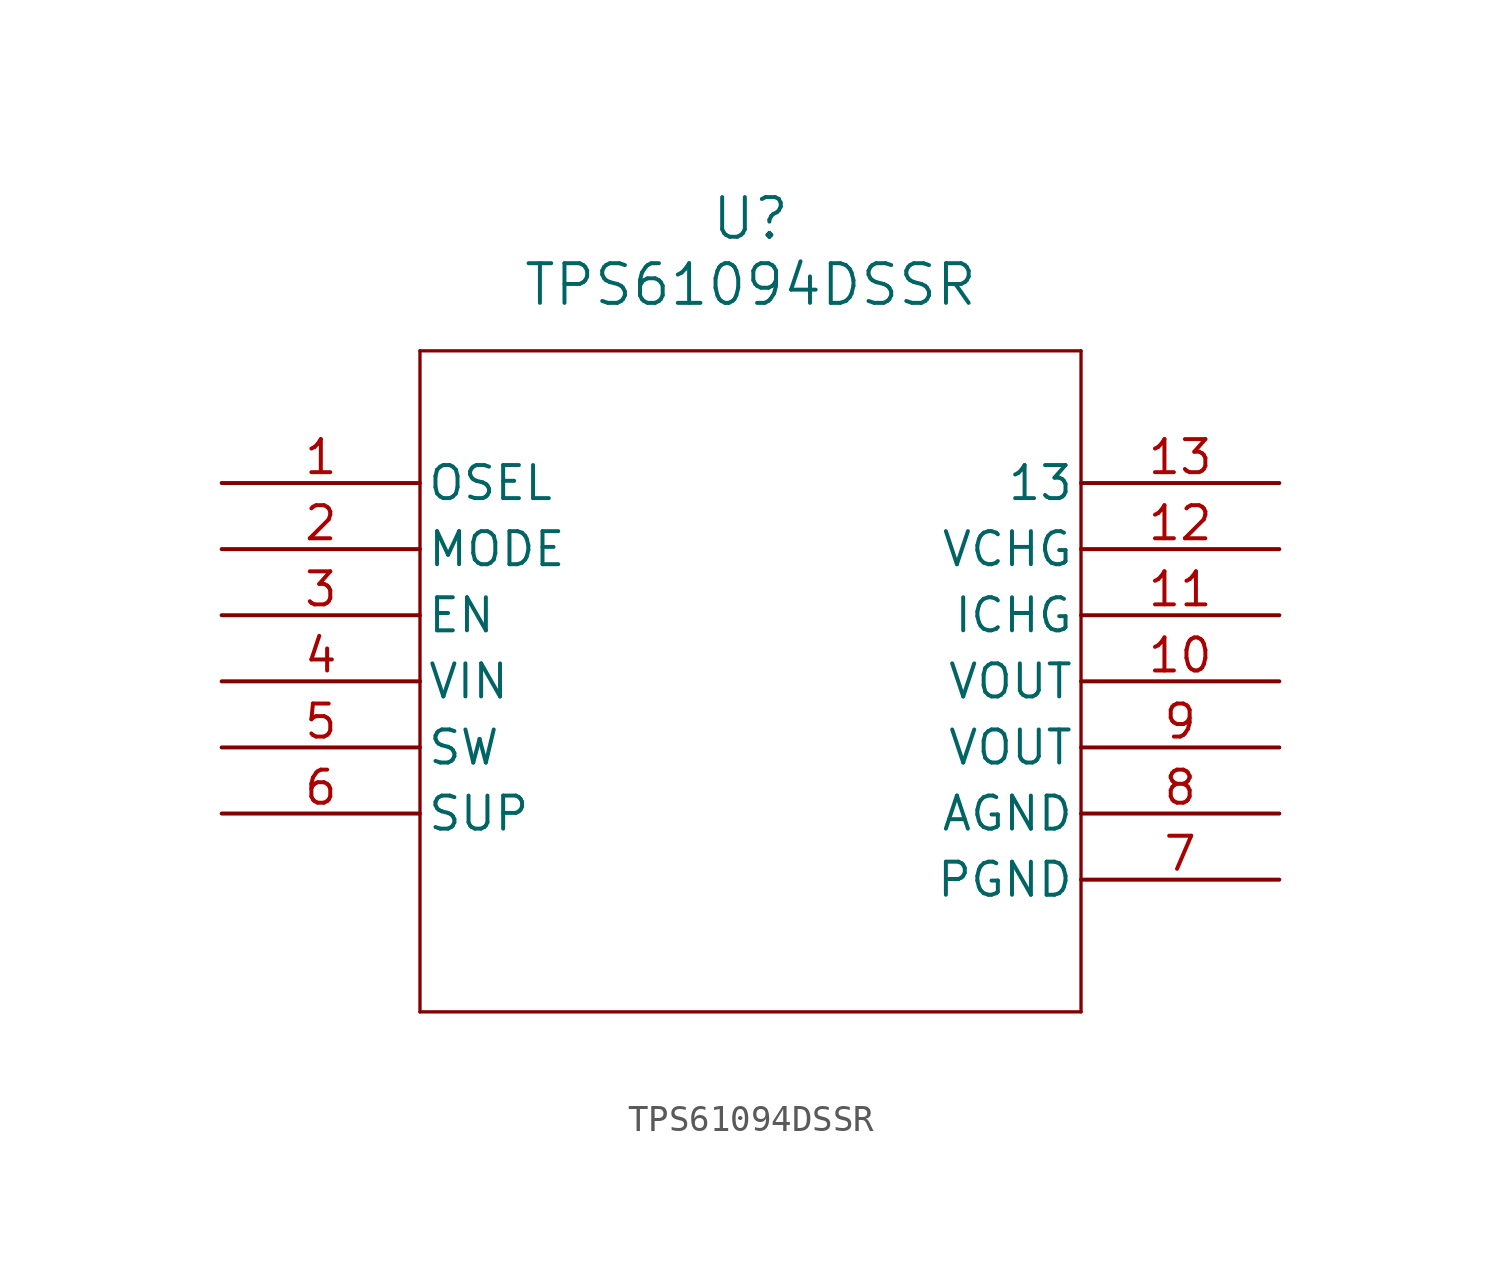
<source format=kicad_sym>
(kicad_symbol_lib
  (version 20211014)
  (generator kicad_symbol_editor)
  (symbol "TPS61094DSSR"
    (pin_names
      (offset 0.254))
    (property "Reference" "U"
      (at 20.32 10.16 0)
      (effects (font (size 1.524 1.524))))
    (property "Value" "TPS61094DSSR"
      (at 20.32 7.62 0)
      (effects (font (size 1.524 1.524))))
    (symbol "TPS61094DSSR_0_1"
      (polyline (pts (xy 7.62 5.08) (xy 7.62 -20.32)) (stroke (width 0.127) (type default) (color 0 0 0 0)) (fill (type none)))
      (polyline (pts (xy 7.62 -20.32) (xy 33.02 -20.32)) (stroke (width 0.127) (type default) (color 0 0 0 0)) (fill (type none)))
      (polyline (pts (xy 33.02 -20.32) (xy 33.02 5.08)) (stroke (width 0.127) (type default) (color 0 0 0 0)) (fill (type none)))
      (polyline (pts (xy 33.02 5.08) (xy 7.62 5.08)) (stroke (width 0.127) (type default) (color 0 0 0 0)) (fill (type none)))
      (pin unspecified line (at 0 0 0) (length 7.62) (name "OSEL" (effects (font (size 1.27 1.27)))) (number "1" (effects (font (size 1.27 1.27)))))
      (pin unspecified line (at 0 -2.54 0) (length 7.62) (name "MODE" (effects (font (size 1.27 1.27)))) (number "2" (effects (font (size 1.27 1.27)))))
      (pin unspecified line (at 0 -5.08 0) (length 7.62) (name "EN" (effects (font (size 1.27 1.27)))) (number "3" (effects (font (size 1.27 1.27)))))
      (pin unspecified line (at 0 -7.62 0) (length 7.62) (name "VIN" (effects (font (size 1.27 1.27)))) (number "4" (effects (font (size 1.27 1.27)))))
      (pin unspecified line (at 0 -10.16 0) (length 7.62) (name "SW" (effects (font (size 1.27 1.27)))) (number "5" (effects (font (size 1.27 1.27)))))
      (pin unspecified line (at 0 -12.7 0) (length 7.62) (name "SUP" (effects (font (size 1.27 1.27)))) (number "6" (effects (font (size 1.27 1.27)))))
      (pin power_out line (at 40.64 -15.24 180) (length 7.62) (name "PGND" (effects (font (size 1.27 1.27)))) (number "7" (effects (font (size 1.27 1.27)))))
      (pin power_out line (at 40.64 -12.7 180) (length 7.62) (name "AGND" (effects (font (size 1.27 1.27)))) (number "8" (effects (font (size 1.27 1.27)))))
      (pin output line (at 40.64 -10.16 180) (length 7.62) (name "VOUT" (effects (font (size 1.27 1.27)))) (number "9" (effects (font (size 1.27 1.27)))))
      (pin output line (at 40.64 -7.62 180) (length 7.62) (name "VOUT" (effects (font (size 1.27 1.27)))) (number "10" (effects (font (size 1.27 1.27)))))
      (pin unspecified line (at 40.64 -5.08 180) (length 7.62) (name "ICHG" (effects (font (size 1.27 1.27)))) (number "11" (effects (font (size 1.27 1.27)))))
      (pin unspecified line (at 40.64 -2.54 180) (length 7.62) (name "VCHG" (effects (font (size 1.27 1.27)))) (number "12" (effects (font (size 1.27 1.27)))))
      (pin unspecified line (at 40.64 0 180) (length 7.62) (name "13" (effects (font (size 1.27 1.27)))) (number "13" (effects (font (size 1.27 1.27))))))))
</source>
